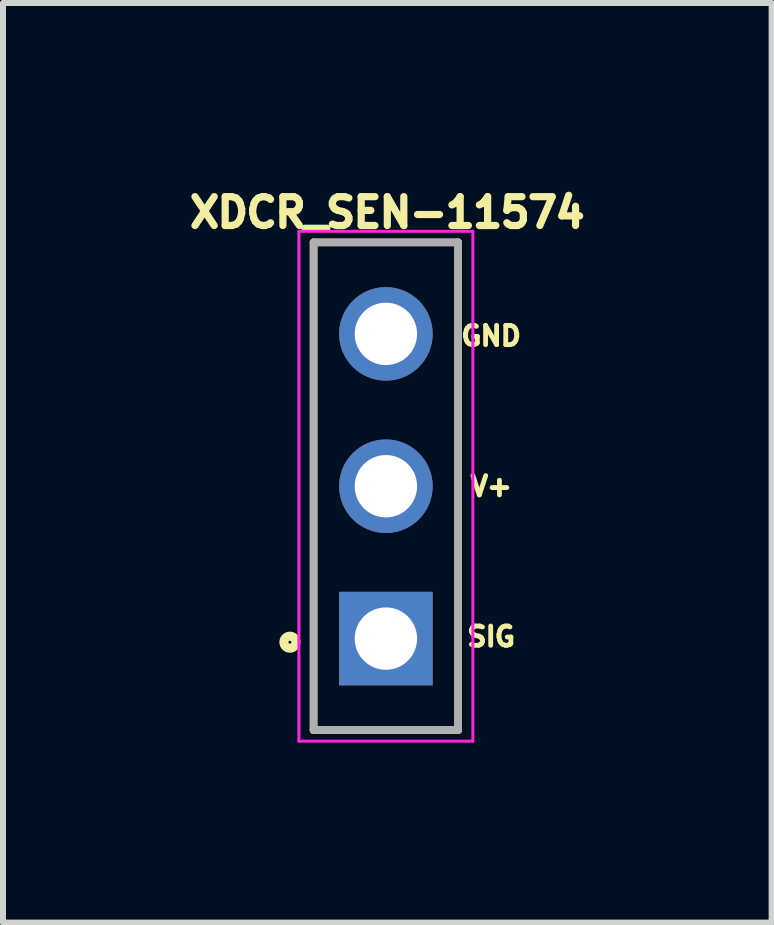
<source format=kicad_pcb>
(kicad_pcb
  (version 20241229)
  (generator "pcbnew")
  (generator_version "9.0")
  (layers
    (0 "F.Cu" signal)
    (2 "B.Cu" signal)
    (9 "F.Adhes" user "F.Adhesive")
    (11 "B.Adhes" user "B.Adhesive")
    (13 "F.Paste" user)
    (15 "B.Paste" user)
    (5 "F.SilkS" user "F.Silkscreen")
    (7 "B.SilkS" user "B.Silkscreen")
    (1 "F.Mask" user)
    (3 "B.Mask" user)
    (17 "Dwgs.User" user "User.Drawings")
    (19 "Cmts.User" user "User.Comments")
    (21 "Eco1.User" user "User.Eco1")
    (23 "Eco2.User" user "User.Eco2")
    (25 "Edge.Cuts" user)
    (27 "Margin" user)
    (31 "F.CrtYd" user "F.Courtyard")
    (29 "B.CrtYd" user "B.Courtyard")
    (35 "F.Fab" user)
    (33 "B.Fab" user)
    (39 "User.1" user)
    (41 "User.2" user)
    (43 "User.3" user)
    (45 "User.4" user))
  (footprint "XDCR_SEN-11574"
    (layer "F.Cu")
    (at 3.383 5.056)
    (property "Reference" "XDCR_SEN-11574" (at 0.024 -4.563 0) (layer "F.SilkS") (effects (font (size 0.481 0.481) (thickness 0.15))))
    (attr through_hole)
    (fp_line (start -1.205 -4.065) (end 1.205 -4.065) (stroke (width 0.127) (type solid)) (layer "F.SilkS"))
    (fp_line (start -1.205 4.065) (end -1.205 -4.065) (stroke (width 0.127) (type solid)) (layer "F.SilkS"))
    (fp_line (start 1.205 -4.065) (end 1.205 4.065) (stroke (width 0.127) (type solid)) (layer "F.SilkS"))
    (fp_line (start 1.205 4.065) (end -1.205 4.065) (stroke (width 0.127) (type solid)) (layer "F.SilkS"))
    (fp_circle (center -1.6 2.6) (end -1.5 2.6) (stroke (width 0.152) (type solid)) (fill no) (layer "F.SilkS"))
    (fp_line (start -1.45 -4.25) (end 1.45 -4.25) (stroke (width 0.05) (type solid)) (layer "F.CrtYd"))
    (fp_line (start -1.45 4.25) (end -1.45 -4.25) (stroke (width 0.05) (type solid)) (layer "F.CrtYd"))
    (fp_line (start 1.45 -4.25) (end 1.45 4.25) (stroke (width 0.05) (type solid)) (layer "F.CrtYd"))
    (fp_line (start 1.45 4.25) (end -1.45 4.25) (stroke (width 0.05) (type solid)) (layer "F.CrtYd"))
    (fp_line (start -1.205 -4.065) (end 1.205 -4.065) (stroke (width 0.127) (type solid)) (layer "F.Fab"))
    (fp_line (start -1.205 4.065) (end -1.205 -4.065) (stroke (width 0.127) (type solid)) (layer "F.Fab"))
    (fp_line (start 1.205 -4.065) (end 1.205 4.065) (stroke (width 0.127) (type solid)) (layer "F.Fab"))
    (fp_line (start 1.205 4.065) (end -1.205 4.065) (stroke (width 0.127) (type solid)) (layer "F.Fab"))
    (fp_text user "V+" (at 1.756 0 0) (layer "F.SilkS") (effects (font (size 0.321 0.321) (thickness 0.15))))
    (fp_text user "GND" (at 1.754 -2.505 0) (layer "F.SilkS") (effects (font (size 0.321 0.321) (thickness 0.15))))
    (fp_text user "SIG" (at 1.755 2.507 0) (layer "F.SilkS") (effects (font (size 0.321 0.321) (thickness 0.15))))
    (pad "1" thru_hole rect (at 0 2.54) (size 1.56 1.56) (drill 1.04) (layers "*.Cu" "*.Mask"))
    (pad "2" thru_hole circle (at 0 0) (size 1.56 1.56) (drill 1.04) (layers "*.Cu" "*.Mask"))
    (pad "3" thru_hole circle (at 0 -2.54) (size 1.56 1.56) (drill 1.04) (layers "*.Cu" "*.Mask")))
  (gr_rect
    (start -3 -3)
    (end 9.814 12.331)
    (stroke (width 0.1) (type default))
    (fill no)
    (layer "Edge.Cuts")))
</source>
